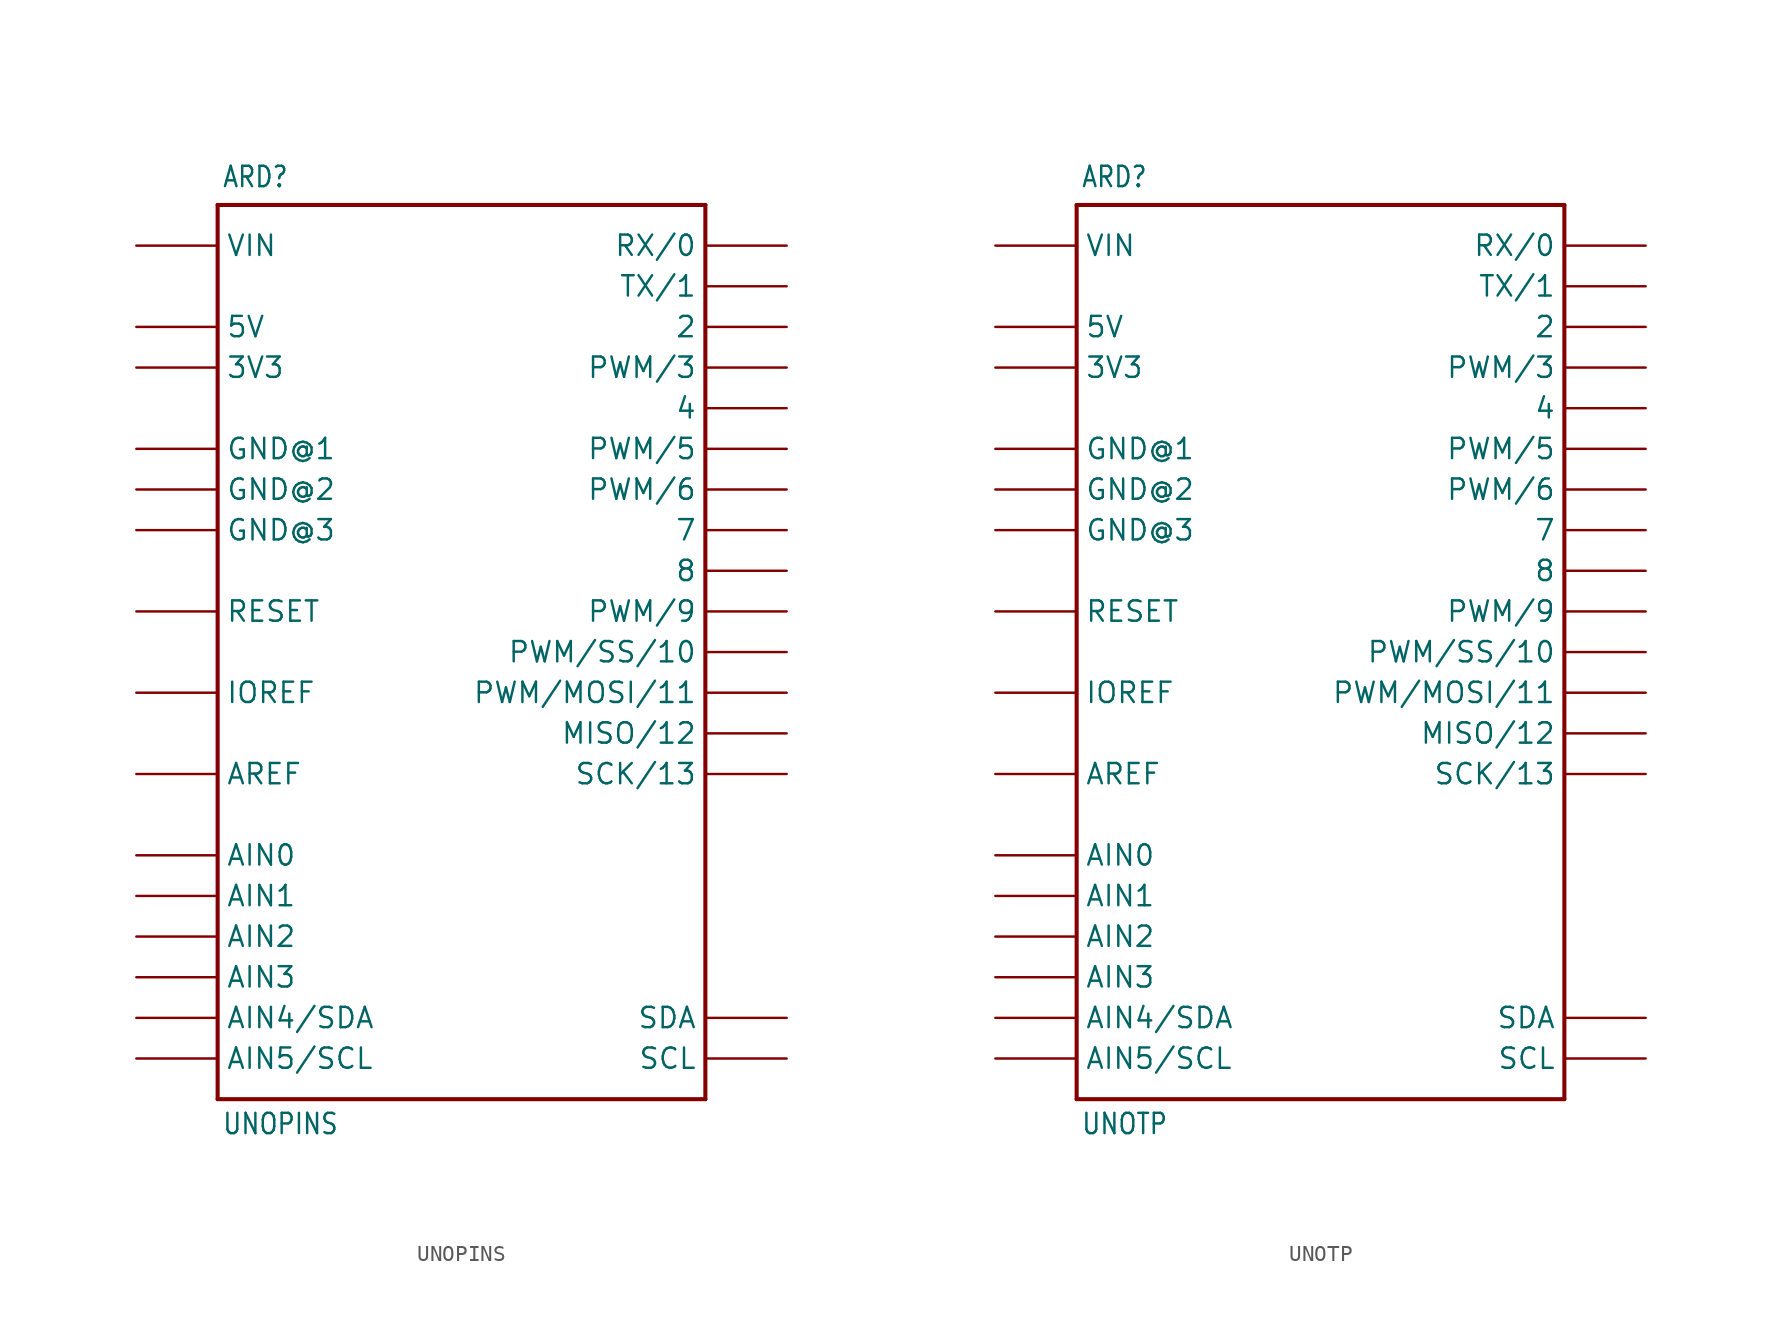
<source format=kicad_sym>
(kicad_symbol_lib
  (version 20211014)
  (generator kicad_symbol_editor)
  (symbol "UNOPINS"
    (property "Reference" "ARD"
      (at -14.986 28.956 0)
      (effects (font (size 1.27 1.079)) (justify left bottom)))
    (property "Value" "UNOPINS"
      (at -14.986 -30.226 0)
      (effects (font (size 1.27 1.079)) (justify left bottom)))
    (property "ki_locked" ""
      (at 0 0 0)
      (effects (font (size 1.27 1.27))))
    (symbol "UNOPINS_1_0"
      (polyline (pts (xy -15.24 -27.94) (xy 15.24 -27.94)) (stroke (width 0.254) (type default) (color 0 0 0 0)) (fill (type none)))
      (polyline (pts (xy -15.24 27.94) (xy -15.24 -27.94)) (stroke (width 0.254) (type default) (color 0 0 0 0)) (fill (type none)))
      (polyline (pts (xy 15.24 -27.94) (xy 15.24 27.94)) (stroke (width 0.254) (type default) (color 0 0 0 0)) (fill (type none)))
      (polyline (pts (xy 15.24 27.94) (xy -15.24 27.94)) (stroke (width 0.254) (type default) (color 0 0 0 0)) (fill (type none)))
      (pin bidirectional line (at 20.32 25.4 180) (length 5.08) (name "RX/0" (effects (font (size 1.27 1.27)))) (number "0" (effects (font (size 0 0)))))
      (pin bidirectional line (at 20.32 22.86 180) (length 5.08) (name "TX/1" (effects (font (size 1.27 1.27)))) (number "1" (effects (font (size 0 0)))))
      (pin bidirectional line (at 20.32 0 180) (length 5.08) (name "PWM/SS/10" (effects (font (size 1.27 1.27)))) (number "10" (effects (font (size 0 0)))))
      (pin bidirectional line (at 20.32 -2.54 180) (length 5.08) (name "PWM/MOSI/11" (effects (font (size 1.27 1.27)))) (number "11" (effects (font (size 0 0)))))
      (pin bidirectional line (at 20.32 -5.08 180) (length 5.08) (name "MISO/12" (effects (font (size 1.27 1.27)))) (number "12" (effects (font (size 0 0)))))
      (pin bidirectional line (at 20.32 -7.62 180) (length 5.08) (name "SCK/13" (effects (font (size 1.27 1.27)))) (number "13" (effects (font (size 0 0)))))
      (pin bidirectional line (at 20.32 20.32 180) (length 5.08) (name "2" (effects (font (size 1.27 1.27)))) (number "2" (effects (font (size 0 0)))))
      (pin bidirectional line (at 20.32 17.78 180) (length 5.08) (name "PWM/3" (effects (font (size 1.27 1.27)))) (number "3" (effects (font (size 0 0)))))
      (pin power_in line (at -20.32 17.78 0) (length 5.08) (name "3V3" (effects (font (size 1.27 1.27)))) (number "3V3" (effects (font (size 0 0)))))
      (pin bidirectional line (at 20.32 15.24 180) (length 5.08) (name "4" (effects (font (size 1.27 1.27)))) (number "4" (effects (font (size 0 0)))))
      (pin bidirectional line (at 20.32 12.7 180) (length 5.08) (name "PWM/5" (effects (font (size 1.27 1.27)))) (number "5" (effects (font (size 0 0)))))
      (pin power_in line (at -20.32 20.32 0) (length 5.08) (name "5V" (effects (font (size 1.27 1.27)))) (number "5V" (effects (font (size 0 0)))))
      (pin bidirectional line (at 20.32 10.16 180) (length 5.08) (name "PWM/6" (effects (font (size 1.27 1.27)))) (number "6" (effects (font (size 0 0)))))
      (pin bidirectional line (at 20.32 7.62 180) (length 5.08) (name "7" (effects (font (size 1.27 1.27)))) (number "7" (effects (font (size 0 0)))))
      (pin bidirectional line (at 20.32 5.08 180) (length 5.08) (name "8" (effects (font (size 1.27 1.27)))) (number "8" (effects (font (size 0 0)))))
      (pin bidirectional line (at 20.32 2.54 180) (length 5.08) (name "PWM/9" (effects (font (size 1.27 1.27)))) (number "9" (effects (font (size 0 0)))))
      (pin bidirectional line (at -20.32 -12.7 0) (length 5.08) (name "AIN0" (effects (font (size 1.27 1.27)))) (number "AIN0" (effects (font (size 0 0)))))
      (pin bidirectional line (at -20.32 -15.24 0) (length 5.08) (name "AIN1" (effects (font (size 1.27 1.27)))) (number "AIN1" (effects (font (size 0 0)))))
      (pin bidirectional line (at -20.32 -17.78 0) (length 5.08) (name "AIN2" (effects (font (size 1.27 1.27)))) (number "AIN2" (effects (font (size 0 0)))))
      (pin bidirectional line (at -20.32 -20.32 0) (length 5.08) (name "AIN3" (effects (font (size 1.27 1.27)))) (number "AIN3" (effects (font (size 0 0)))))
      (pin bidirectional line (at -20.32 -22.86 0) (length 5.08) (name "AIN4/SDA" (effects (font (size 1.27 1.27)))) (number "AIN4" (effects (font (size 0 0)))))
      (pin bidirectional line (at -20.32 -25.4 0) (length 5.08) (name "AIN5/SCL" (effects (font (size 1.27 1.27)))) (number "AIN5" (effects (font (size 0 0)))))
      (pin power_in line (at -20.32 -7.62 0) (length 5.08) (name "AREF" (effects (font (size 1.27 1.27)))) (number "AREF" (effects (font (size 0 0)))))
      (pin power_in line (at -20.32 12.7 0) (length 5.08) (name "GND@1" (effects (font (size 1.27 1.27)))) (number "GND@1" (effects (font (size 0 0)))))
      (pin power_in line (at -20.32 10.16 0) (length 5.08) (name "GND@2" (effects (font (size 1.27 1.27)))) (number "GND@2" (effects (font (size 0 0)))))
      (pin power_in line (at -20.32 7.62 0) (length 5.08) (name "GND@3" (effects (font (size 1.27 1.27)))) (number "GND@3" (effects (font (size 0 0)))))
      (pin power_in line (at -20.32 -2.54 0) (length 5.08) (name "IOREF" (effects (font (size 1.27 1.27)))) (number "IOREF" (effects (font (size 0 0)))))
      (pin bidirectional line (at -20.32 2.54 0) (length 5.08) (name "RESET" (effects (font (size 1.27 1.27)))) (number "RST" (effects (font (size 0 0)))))
      (pin bidirectional line (at 20.32 -25.4 180) (length 5.08) (name "SCL" (effects (font (size 1.27 1.27)))) (number "SCL" (effects (font (size 0 0)))))
      (pin bidirectional line (at 20.32 -22.86 180) (length 5.08) (name "SDA" (effects (font (size 1.27 1.27)))) (number "SDA" (effects (font (size 0 0)))))
      (pin power_in line (at -20.32 25.4 0) (length 5.08) (name "VIN" (effects (font (size 1.27 1.27)))) (number "VIN" (effects (font (size 0 0)))))))
  (symbol "UNOTP"
    (property "Reference" "ARD"
      (at -14.986 28.956 0)
      (effects (font (size 1.27 1.079)) (justify left bottom)))
    (property "Value" "UNOTP"
      (at -14.986 -30.226 0)
      (effects (font (size 1.27 1.079)) (justify left bottom)))
    (property "ki_locked" ""
      (at 0 0 0)
      (effects (font (size 1.27 1.27))))
    (symbol "UNOTP_1_0"
      (polyline (pts (xy -15.24 -27.94) (xy 15.24 -27.94)) (stroke (width 0.254) (type default) (color 0 0 0 0)) (fill (type none)))
      (polyline (pts (xy -15.24 27.94) (xy -15.24 -27.94)) (stroke (width 0.254) (type default) (color 0 0 0 0)) (fill (type none)))
      (polyline (pts (xy 15.24 -27.94) (xy 15.24 27.94)) (stroke (width 0.254) (type default) (color 0 0 0 0)) (fill (type none)))
      (polyline (pts (xy 15.24 27.94) (xy -15.24 27.94)) (stroke (width 0.254) (type default) (color 0 0 0 0)) (fill (type none)))
      (pin bidirectional line (at 20.32 25.4 180) (length 5.08) (name "RX/0" (effects (font (size 1.27 1.27)))) (number "0" (effects (font (size 0 0)))))
      (pin bidirectional line (at 20.32 22.86 180) (length 5.08) (name "TX/1" (effects (font (size 1.27 1.27)))) (number "1" (effects (font (size 0 0)))))
      (pin bidirectional line (at 20.32 0 180) (length 5.08) (name "PWM/SS/10" (effects (font (size 1.27 1.27)))) (number "10" (effects (font (size 0 0)))))
      (pin bidirectional line (at 20.32 -2.54 180) (length 5.08) (name "PWM/MOSI/11" (effects (font (size 1.27 1.27)))) (number "11" (effects (font (size 0 0)))))
      (pin bidirectional line (at 20.32 -5.08 180) (length 5.08) (name "MISO/12" (effects (font (size 1.27 1.27)))) (number "12" (effects (font (size 0 0)))))
      (pin bidirectional line (at 20.32 -7.62 180) (length 5.08) (name "SCK/13" (effects (font (size 1.27 1.27)))) (number "13" (effects (font (size 0 0)))))
      (pin bidirectional line (at 20.32 20.32 180) (length 5.08) (name "2" (effects (font (size 1.27 1.27)))) (number "2" (effects (font (size 0 0)))))
      (pin bidirectional line (at 20.32 17.78 180) (length 5.08) (name "PWM/3" (effects (font (size 1.27 1.27)))) (number "3" (effects (font (size 0 0)))))
      (pin power_in line (at -20.32 17.78 0) (length 5.08) (name "3V3" (effects (font (size 1.27 1.27)))) (number "3V3" (effects (font (size 0 0)))))
      (pin bidirectional line (at 20.32 15.24 180) (length 5.08) (name "4" (effects (font (size 1.27 1.27)))) (number "4" (effects (font (size 0 0)))))
      (pin bidirectional line (at 20.32 12.7 180) (length 5.08) (name "PWM/5" (effects (font (size 1.27 1.27)))) (number "5" (effects (font (size 0 0)))))
      (pin power_in line (at -20.32 20.32 0) (length 5.08) (name "5V" (effects (font (size 1.27 1.27)))) (number "5V" (effects (font (size 0 0)))))
      (pin bidirectional line (at 20.32 10.16 180) (length 5.08) (name "PWM/6" (effects (font (size 1.27 1.27)))) (number "6" (effects (font (size 0 0)))))
      (pin bidirectional line (at 20.32 7.62 180) (length 5.08) (name "7" (effects (font (size 1.27 1.27)))) (number "7" (effects (font (size 0 0)))))
      (pin bidirectional line (at 20.32 5.08 180) (length 5.08) (name "8" (effects (font (size 1.27 1.27)))) (number "8" (effects (font (size 0 0)))))
      (pin bidirectional line (at 20.32 2.54 180) (length 5.08) (name "PWM/9" (effects (font (size 1.27 1.27)))) (number "9" (effects (font (size 0 0)))))
      (pin bidirectional line (at -20.32 -12.7 0) (length 5.08) (name "AIN0" (effects (font (size 1.27 1.27)))) (number "AIN0" (effects (font (size 0 0)))))
      (pin bidirectional line (at -20.32 -15.24 0) (length 5.08) (name "AIN1" (effects (font (size 1.27 1.27)))) (number "AIN1" (effects (font (size 0 0)))))
      (pin bidirectional line (at -20.32 -17.78 0) (length 5.08) (name "AIN2" (effects (font (size 1.27 1.27)))) (number "AIN2" (effects (font (size 0 0)))))
      (pin bidirectional line (at -20.32 -20.32 0) (length 5.08) (name "AIN3" (effects (font (size 1.27 1.27)))) (number "AIN3" (effects (font (size 0 0)))))
      (pin bidirectional line (at -20.32 -22.86 0) (length 5.08) (name "AIN4/SDA" (effects (font (size 1.27 1.27)))) (number "AIN4" (effects (font (size 0 0)))))
      (pin bidirectional line (at -20.32 -25.4 0) (length 5.08) (name "AIN5/SCL" (effects (font (size 1.27 1.27)))) (number "AIN5" (effects (font (size 0 0)))))
      (pin power_in line (at -20.32 -7.62 0) (length 5.08) (name "AREF" (effects (font (size 1.27 1.27)))) (number "AREF" (effects (font (size 0 0)))))
      (pin power_in line (at -20.32 12.7 0) (length 5.08) (name "GND@1" (effects (font (size 1.27 1.27)))) (number "GND@1" (effects (font (size 0 0)))))
      (pin power_in line (at -20.32 10.16 0) (length 5.08) (name "GND@2" (effects (font (size 1.27 1.27)))) (number "GND@2" (effects (font (size 0 0)))))
      (pin power_in line (at -20.32 7.62 0) (length 5.08) (name "GND@3" (effects (font (size 1.27 1.27)))) (number "GND@3" (effects (font (size 0 0)))))
      (pin power_in line (at -20.32 -2.54 0) (length 5.08) (name "IOREF" (effects (font (size 1.27 1.27)))) (number "IOREF" (effects (font (size 0 0)))))
      (pin bidirectional line (at -20.32 2.54 0) (length 5.08) (name "RESET" (effects (font (size 1.27 1.27)))) (number "RST" (effects (font (size 0 0)))))
      (pin bidirectional line (at 20.32 -25.4 180) (length 5.08) (name "SCL" (effects (font (size 1.27 1.27)))) (number "SCL" (effects (font (size 0 0)))))
      (pin bidirectional line (at 20.32 -22.86 180) (length 5.08) (name "SDA" (effects (font (size 1.27 1.27)))) (number "SDA" (effects (font (size 0 0)))))
      (pin power_in line (at -20.32 25.4 0) (length 5.08) (name "VIN" (effects (font (size 1.27 1.27)))) (number "VIN" (effects (font (size 0 0))))))))
</source>
